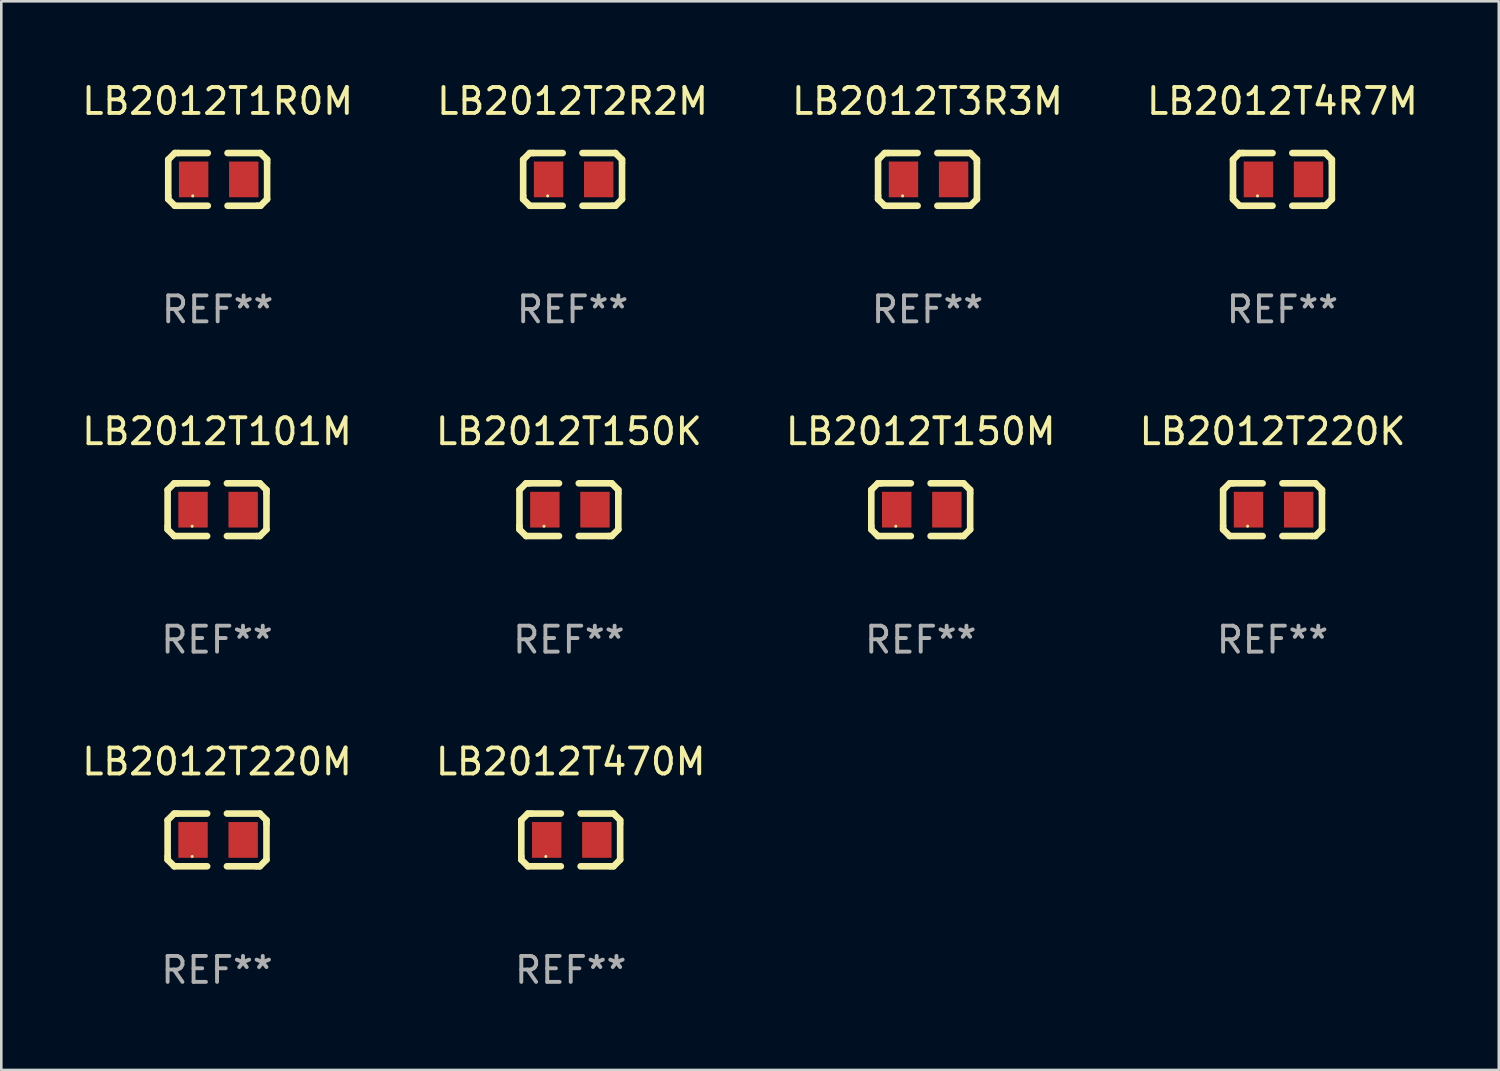
<source format=kicad_pcb>
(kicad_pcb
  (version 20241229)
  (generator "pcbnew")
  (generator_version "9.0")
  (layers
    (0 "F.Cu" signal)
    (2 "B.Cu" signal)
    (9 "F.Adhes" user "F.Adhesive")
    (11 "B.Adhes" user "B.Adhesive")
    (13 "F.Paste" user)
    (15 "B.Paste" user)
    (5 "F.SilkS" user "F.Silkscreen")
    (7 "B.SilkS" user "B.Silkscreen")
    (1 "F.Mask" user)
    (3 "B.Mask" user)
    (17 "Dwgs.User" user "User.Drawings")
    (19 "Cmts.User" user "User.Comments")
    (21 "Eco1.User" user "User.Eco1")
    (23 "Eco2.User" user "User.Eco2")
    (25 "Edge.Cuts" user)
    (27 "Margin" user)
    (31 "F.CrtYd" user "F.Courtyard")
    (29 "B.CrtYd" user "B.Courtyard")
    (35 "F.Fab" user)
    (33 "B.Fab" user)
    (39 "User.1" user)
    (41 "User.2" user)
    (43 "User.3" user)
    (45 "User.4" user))
  (footprint "LB2012T101M"
    (layer "F.Cu")
    (at 5.315 16.593)
    (property "Reference" "LB2012T101M" (at 0 -3.016 0) (layer "F.SilkS") (effects (font (size 1 1) (thickness 0.15))))
    (attr through_hole)
    (fp_line (start -1.905 -0.762) (end -1.905 0.635) (stroke (width 0.254) (type solid)) (layer "F.SilkS"))
    (fp_line (start -1.905 0.635) (end -1.905 0.762) (stroke (width 0.254) (type solid)) (layer "F.SilkS"))
    (fp_line (start -1.905 0.762) (end -1.651 1.016) (stroke (width 0.254) (type solid)) (layer "F.SilkS"))
    (fp_line (start -1.651 -1.016) (end -1.905 -0.762) (stroke (width 0.254) (type solid)) (layer "F.SilkS"))
    (fp_line (start -1.651 1.016) (end -0.381 1.016) (stroke (width 0.254) (type solid)) (layer "F.SilkS"))
    (fp_line (start -1.524 -1.016) (end -1.651 -1.016) (stroke (width 0.254) (type solid)) (layer "F.SilkS"))
    (fp_line (start -0.381 -1.016) (end -1.524 -1.016) (stroke (width 0.254) (type solid)) (layer "F.SilkS"))
    (fp_line (start 0.381 1.016) (end 1.524 1.016) (stroke (width 0.254) (type solid)) (layer "F.SilkS"))
    (fp_line (start 1.524 1.016) (end 1.651 1.016) (stroke (width 0.254) (type solid)) (layer "F.SilkS"))
    (fp_line (start 1.651 -1.016) (end 0.381 -1.016) (stroke (width 0.254) (type solid)) (layer "F.SilkS"))
    (fp_line (start 1.651 1.016) (end 1.905 0.762) (stroke (width 0.254) (type solid)) (layer "F.SilkS"))
    (fp_line (start 1.905 -0.762) (end 1.651 -1.016) (stroke (width 0.254) (type solid)) (layer "F.SilkS"))
    (fp_line (start 1.905 -0.635) (end 1.905 -0.762) (stroke (width 0.254) (type solid)) (layer "F.SilkS"))
    (fp_line (start 1.905 0.762) (end 1.905 -0.635) (stroke (width 0.254) (type solid)) (layer "F.SilkS"))
    (fp_circle (center -0.96 0.637) (end -0.93 0.637) (stroke (width 0.06) (type solid)) (fill no) (layer "F.SilkS"))
    (fp_text user "REF**" (at 0 5.016 0) (layer "F.Fab") (effects (font (size 1 1) (thickness 0.15))))
    (pad "1" smd rect (at -0.926 -0.000051) (size 1.133 1.377) (layers "F.Cu" "F.Mask" "F.Paste"))
    (pad "2" smd rect (at 1.006 -0.000051) (size 1.133 1.377) (layers "F.Cu" "F.Mask" "F.Paste")))
  (footprint "LB2012T220K"
    (layer "F.Cu")
    (at 45.994 16.593)
    (property "Reference" "LB2012T220K" (at 0 -3.016 0) (layer "F.SilkS") (effects (font (size 1 1) (thickness 0.15))))
    (attr through_hole)
    (fp_line (start -1.905 -0.762) (end -1.905 0.635) (stroke (width 0.254) (type solid)) (layer "F.SilkS"))
    (fp_line (start -1.905 0.635) (end -1.905 0.762) (stroke (width 0.254) (type solid)) (layer "F.SilkS"))
    (fp_line (start -1.905 0.762) (end -1.651 1.016) (stroke (width 0.254) (type solid)) (layer "F.SilkS"))
    (fp_line (start -1.651 -1.016) (end -1.905 -0.762) (stroke (width 0.254) (type solid)) (layer "F.SilkS"))
    (fp_line (start -1.651 1.016) (end -0.381 1.016) (stroke (width 0.254) (type solid)) (layer "F.SilkS"))
    (fp_line (start -1.524 -1.016) (end -1.651 -1.016) (stroke (width 0.254) (type solid)) (layer "F.SilkS"))
    (fp_line (start -0.381 -1.016) (end -1.524 -1.016) (stroke (width 0.254) (type solid)) (layer "F.SilkS"))
    (fp_line (start 0.381 1.016) (end 1.524 1.016) (stroke (width 0.254) (type solid)) (layer "F.SilkS"))
    (fp_line (start 1.524 1.016) (end 1.651 1.016) (stroke (width 0.254) (type solid)) (layer "F.SilkS"))
    (fp_line (start 1.651 -1.016) (end 0.381 -1.016) (stroke (width 0.254) (type solid)) (layer "F.SilkS"))
    (fp_line (start 1.651 1.016) (end 1.905 0.762) (stroke (width 0.254) (type solid)) (layer "F.SilkS"))
    (fp_line (start 1.905 -0.762) (end 1.651 -1.016) (stroke (width 0.254) (type solid)) (layer "F.SilkS"))
    (fp_line (start 1.905 -0.635) (end 1.905 -0.762) (stroke (width 0.254) (type solid)) (layer "F.SilkS"))
    (fp_line (start 1.905 0.762) (end 1.905 -0.635) (stroke (width 0.254) (type solid)) (layer "F.SilkS"))
    (fp_circle (center -0.96 0.637) (end -0.93 0.637) (stroke (width 0.06) (type solid)) (fill no) (layer "F.SilkS"))
    (fp_text user "REF**" (at 0 5.016 0) (layer "F.Fab") (effects (font (size 1 1) (thickness 0.15))))
    (pad "1" smd rect (at -0.926 -0.000051) (size 1.133 1.377) (layers "F.Cu" "F.Mask" "F.Paste"))
    (pad "2" smd rect (at 1.006 -0.000051) (size 1.133 1.377) (layers "F.Cu" "F.Mask" "F.Paste")))
  (footprint "LB2012T220M"
    (layer "F.Cu")
    (at 5.315 29.321)
    (property "Reference" "LB2012T220M" (at 0 -3.016 0) (layer "F.SilkS") (effects (font (size 1 1) (thickness 0.15))))
    (attr through_hole)
    (fp_line (start -1.905 -0.762) (end -1.905 0.635) (stroke (width 0.254) (type solid)) (layer "F.SilkS"))
    (fp_line (start -1.905 0.635) (end -1.905 0.762) (stroke (width 0.254) (type solid)) (layer "F.SilkS"))
    (fp_line (start -1.905 0.762) (end -1.651 1.016) (stroke (width 0.254) (type solid)) (layer "F.SilkS"))
    (fp_line (start -1.651 -1.016) (end -1.905 -0.762) (stroke (width 0.254) (type solid)) (layer "F.SilkS"))
    (fp_line (start -1.651 1.016) (end -0.381 1.016) (stroke (width 0.254) (type solid)) (layer "F.SilkS"))
    (fp_line (start -1.524 -1.016) (end -1.651 -1.016) (stroke (width 0.254) (type solid)) (layer "F.SilkS"))
    (fp_line (start -0.381 -1.016) (end -1.524 -1.016) (stroke (width 0.254) (type solid)) (layer "F.SilkS"))
    (fp_line (start 0.381 1.016) (end 1.524 1.016) (stroke (width 0.254) (type solid)) (layer "F.SilkS"))
    (fp_line (start 1.524 1.016) (end 1.651 1.016) (stroke (width 0.254) (type solid)) (layer "F.SilkS"))
    (fp_line (start 1.651 -1.016) (end 0.381 -1.016) (stroke (width 0.254) (type solid)) (layer "F.SilkS"))
    (fp_line (start 1.651 1.016) (end 1.905 0.762) (stroke (width 0.254) (type solid)) (layer "F.SilkS"))
    (fp_line (start 1.905 -0.762) (end 1.651 -1.016) (stroke (width 0.254) (type solid)) (layer "F.SilkS"))
    (fp_line (start 1.905 -0.635) (end 1.905 -0.762) (stroke (width 0.254) (type solid)) (layer "F.SilkS"))
    (fp_line (start 1.905 0.762) (end 1.905 -0.635) (stroke (width 0.254) (type solid)) (layer "F.SilkS"))
    (fp_circle (center -0.96 0.637) (end -0.93 0.637) (stroke (width 0.06) (type solid)) (fill no) (layer "F.SilkS"))
    (fp_text user "REF**" (at 0 5.016 0) (layer "F.Fab") (effects (font (size 1 1) (thickness 0.15))))
    (pad "1" smd rect (at -0.926 -0.000051) (size 1.133 1.377) (layers "F.Cu" "F.Mask" "F.Paste"))
    (pad "2" smd rect (at 1.006 -0.000051) (size 1.133 1.377) (layers "F.Cu" "F.Mask" "F.Paste")))
  (footprint "LB2012T150K"
    (layer "F.Cu")
    (at 18.875 16.593)
    (property "Reference" "LB2012T150K" (at 0 -3.016 0) (layer "F.SilkS") (effects (font (size 1 1) (thickness 0.15))))
    (attr through_hole)
    (fp_line (start -1.905 -0.762) (end -1.905 0.635) (stroke (width 0.254) (type solid)) (layer "F.SilkS"))
    (fp_line (start -1.905 0.635) (end -1.905 0.762) (stroke (width 0.254) (type solid)) (layer "F.SilkS"))
    (fp_line (start -1.905 0.762) (end -1.651 1.016) (stroke (width 0.254) (type solid)) (layer "F.SilkS"))
    (fp_line (start -1.651 -1.016) (end -1.905 -0.762) (stroke (width 0.254) (type solid)) (layer "F.SilkS"))
    (fp_line (start -1.651 1.016) (end -0.381 1.016) (stroke (width 0.254) (type solid)) (layer "F.SilkS"))
    (fp_line (start -1.524 -1.016) (end -1.651 -1.016) (stroke (width 0.254) (type solid)) (layer "F.SilkS"))
    (fp_line (start -0.381 -1.016) (end -1.524 -1.016) (stroke (width 0.254) (type solid)) (layer "F.SilkS"))
    (fp_line (start 0.381 1.016) (end 1.524 1.016) (stroke (width 0.254) (type solid)) (layer "F.SilkS"))
    (fp_line (start 1.524 1.016) (end 1.651 1.016) (stroke (width 0.254) (type solid)) (layer "F.SilkS"))
    (fp_line (start 1.651 -1.016) (end 0.381 -1.016) (stroke (width 0.254) (type solid)) (layer "F.SilkS"))
    (fp_line (start 1.651 1.016) (end 1.905 0.762) (stroke (width 0.254) (type solid)) (layer "F.SilkS"))
    (fp_line (start 1.905 -0.762) (end 1.651 -1.016) (stroke (width 0.254) (type solid)) (layer "F.SilkS"))
    (fp_line (start 1.905 -0.635) (end 1.905 -0.762) (stroke (width 0.254) (type solid)) (layer "F.SilkS"))
    (fp_line (start 1.905 0.762) (end 1.905 -0.635) (stroke (width 0.254) (type solid)) (layer "F.SilkS"))
    (fp_circle (center -0.96 0.637) (end -0.93 0.637) (stroke (width 0.06) (type solid)) (fill no) (layer "F.SilkS"))
    (fp_text user "REF**" (at 0 5.016 0) (layer "F.Fab") (effects (font (size 1 1) (thickness 0.15))))
    (pad "1" smd rect (at -0.926 -0.000051) (size 1.133 1.377) (layers "F.Cu" "F.Mask" "F.Paste"))
    (pad "2" smd rect (at 1.006 -0.000051) (size 1.133 1.377) (layers "F.Cu" "F.Mask" "F.Paste")))
  (footprint "LB2012T3R3M"
    (layer "F.Cu")
    (at 32.696 3.864)
    (property "Reference" "LB2012T3R3M" (at 0 -3.016 0) (layer "F.SilkS") (effects (font (size 1 1) (thickness 0.15))))
    (attr through_hole)
    (fp_line (start -1.905 -0.762) (end -1.905 0.635) (stroke (width 0.254) (type solid)) (layer "F.SilkS"))
    (fp_line (start -1.905 0.635) (end -1.905 0.762) (stroke (width 0.254) (type solid)) (layer "F.SilkS"))
    (fp_line (start -1.905 0.762) (end -1.651 1.016) (stroke (width 0.254) (type solid)) (layer "F.SilkS"))
    (fp_line (start -1.651 -1.016) (end -1.905 -0.762) (stroke (width 0.254) (type solid)) (layer "F.SilkS"))
    (fp_line (start -1.651 1.016) (end -0.381 1.016) (stroke (width 0.254) (type solid)) (layer "F.SilkS"))
    (fp_line (start -1.524 -1.016) (end -1.651 -1.016) (stroke (width 0.254) (type solid)) (layer "F.SilkS"))
    (fp_line (start -0.381 -1.016) (end -1.524 -1.016) (stroke (width 0.254) (type solid)) (layer "F.SilkS"))
    (fp_line (start 0.381 1.016) (end 1.524 1.016) (stroke (width 0.254) (type solid)) (layer "F.SilkS"))
    (fp_line (start 1.524 1.016) (end 1.651 1.016) (stroke (width 0.254) (type solid)) (layer "F.SilkS"))
    (fp_line (start 1.651 -1.016) (end 0.381 -1.016) (stroke (width 0.254) (type solid)) (layer "F.SilkS"))
    (fp_line (start 1.651 1.016) (end 1.905 0.762) (stroke (width 0.254) (type solid)) (layer "F.SilkS"))
    (fp_line (start 1.905 -0.762) (end 1.651 -1.016) (stroke (width 0.254) (type solid)) (layer "F.SilkS"))
    (fp_line (start 1.905 -0.635) (end 1.905 -0.762) (stroke (width 0.254) (type solid)) (layer "F.SilkS"))
    (fp_line (start 1.905 0.762) (end 1.905 -0.635) (stroke (width 0.254) (type solid)) (layer "F.SilkS"))
    (fp_circle (center -0.96 0.637) (end -0.93 0.637) (stroke (width 0.06) (type solid)) (fill no) (layer "F.SilkS"))
    (fp_text user "REF**" (at 0 5.016 0) (layer "F.Fab") (effects (font (size 1 1) (thickness 0.15))))
    (pad "1" smd rect (at -0.926 -0.000051) (size 1.133 1.377) (layers "F.Cu" "F.Mask" "F.Paste"))
    (pad "2" smd rect (at 1.006 -0.000051) (size 1.133 1.377) (layers "F.Cu" "F.Mask" "F.Paste")))
  (footprint "LB2012T470M"
    (layer "F.Cu")
    (at 18.946 29.321)
    (property "Reference" "LB2012T470M" (at 0 -3.016 0) (layer "F.SilkS") (effects (font (size 1 1) (thickness 0.15))))
    (attr through_hole)
    (fp_line (start -1.905 -0.762) (end -1.905 0.635) (stroke (width 0.254) (type solid)) (layer "F.SilkS"))
    (fp_line (start -1.905 0.635) (end -1.905 0.762) (stroke (width 0.254) (type solid)) (layer "F.SilkS"))
    (fp_line (start -1.905 0.762) (end -1.651 1.016) (stroke (width 0.254) (type solid)) (layer "F.SilkS"))
    (fp_line (start -1.651 -1.016) (end -1.905 -0.762) (stroke (width 0.254) (type solid)) (layer "F.SilkS"))
    (fp_line (start -1.651 1.016) (end -0.381 1.016) (stroke (width 0.254) (type solid)) (layer "F.SilkS"))
    (fp_line (start -1.524 -1.016) (end -1.651 -1.016) (stroke (width 0.254) (type solid)) (layer "F.SilkS"))
    (fp_line (start -0.381 -1.016) (end -1.524 -1.016) (stroke (width 0.254) (type solid)) (layer "F.SilkS"))
    (fp_line (start 0.381 1.016) (end 1.524 1.016) (stroke (width 0.254) (type solid)) (layer "F.SilkS"))
    (fp_line (start 1.524 1.016) (end 1.651 1.016) (stroke (width 0.254) (type solid)) (layer "F.SilkS"))
    (fp_line (start 1.651 -1.016) (end 0.381 -1.016) (stroke (width 0.254) (type solid)) (layer "F.SilkS"))
    (fp_line (start 1.651 1.016) (end 1.905 0.762) (stroke (width 0.254) (type solid)) (layer "F.SilkS"))
    (fp_line (start 1.905 -0.762) (end 1.651 -1.016) (stroke (width 0.254) (type solid)) (layer "F.SilkS"))
    (fp_line (start 1.905 -0.635) (end 1.905 -0.762) (stroke (width 0.254) (type solid)) (layer "F.SilkS"))
    (fp_line (start 1.905 0.762) (end 1.905 -0.635) (stroke (width 0.254) (type solid)) (layer "F.SilkS"))
    (fp_circle (center -0.96 0.637) (end -0.93 0.637) (stroke (width 0.06) (type solid)) (fill no) (layer "F.SilkS"))
    (fp_text user "REF**" (at 0 5.016 0) (layer "F.Fab") (effects (font (size 1 1) (thickness 0.15))))
    (pad "1" smd rect (at -0.926 -0.000051) (size 1.133 1.377) (layers "F.Cu" "F.Mask" "F.Paste"))
    (pad "2" smd rect (at 1.006 -0.000051) (size 1.133 1.377) (layers "F.Cu" "F.Mask" "F.Paste")))
  (footprint "LB2012T2R2M"
    (layer "F.Cu")
    (at 19.018 3.864)
    (property "Reference" "LB2012T2R2M" (at 0 -3.016 0) (layer "F.SilkS") (effects (font (size 1 1) (thickness 0.15))))
    (attr through_hole)
    (fp_line (start -1.905 -0.762) (end -1.905 0.635) (stroke (width 0.254) (type solid)) (layer "F.SilkS"))
    (fp_line (start -1.905 0.635) (end -1.905 0.762) (stroke (width 0.254) (type solid)) (layer "F.SilkS"))
    (fp_line (start -1.905 0.762) (end -1.651 1.016) (stroke (width 0.254) (type solid)) (layer "F.SilkS"))
    (fp_line (start -1.651 -1.016) (end -1.905 -0.762) (stroke (width 0.254) (type solid)) (layer "F.SilkS"))
    (fp_line (start -1.651 1.016) (end -0.381 1.016) (stroke (width 0.254) (type solid)) (layer "F.SilkS"))
    (fp_line (start -1.524 -1.016) (end -1.651 -1.016) (stroke (width 0.254) (type solid)) (layer "F.SilkS"))
    (fp_line (start -0.381 -1.016) (end -1.524 -1.016) (stroke (width 0.254) (type solid)) (layer "F.SilkS"))
    (fp_line (start 0.381 1.016) (end 1.524 1.016) (stroke (width 0.254) (type solid)) (layer "F.SilkS"))
    (fp_line (start 1.524 1.016) (end 1.651 1.016) (stroke (width 0.254) (type solid)) (layer "F.SilkS"))
    (fp_line (start 1.651 -1.016) (end 0.381 -1.016) (stroke (width 0.254) (type solid)) (layer "F.SilkS"))
    (fp_line (start 1.651 1.016) (end 1.905 0.762) (stroke (width 0.254) (type solid)) (layer "F.SilkS"))
    (fp_line (start 1.905 -0.762) (end 1.651 -1.016) (stroke (width 0.254) (type solid)) (layer "F.SilkS"))
    (fp_line (start 1.905 -0.635) (end 1.905 -0.762) (stroke (width 0.254) (type solid)) (layer "F.SilkS"))
    (fp_line (start 1.905 0.762) (end 1.905 -0.635) (stroke (width 0.254) (type solid)) (layer "F.SilkS"))
    (fp_circle (center -0.96 0.637) (end -0.93 0.637) (stroke (width 0.06) (type solid)) (fill no) (layer "F.SilkS"))
    (fp_text user "REF**" (at 0 5.016 0) (layer "F.Fab") (effects (font (size 1 1) (thickness 0.15))))
    (pad "1" smd rect (at -0.926 -0.000051) (size 1.133 1.377) (layers "F.Cu" "F.Mask" "F.Paste"))
    (pad "2" smd rect (at 1.006 -0.000051) (size 1.133 1.377) (layers "F.Cu" "F.Mask" "F.Paste")))
  (footprint "LB2012T4R7M"
    (layer "F.Cu")
    (at 46.375 3.864)
    (property "Reference" "LB2012T4R7M" (at 0 -3.016 0) (layer "F.SilkS") (effects (font (size 1 1) (thickness 0.15))))
    (attr through_hole)
    (fp_line (start -1.905 -0.762) (end -1.905 0.635) (stroke (width 0.254) (type solid)) (layer "F.SilkS"))
    (fp_line (start -1.905 0.635) (end -1.905 0.762) (stroke (width 0.254) (type solid)) (layer "F.SilkS"))
    (fp_line (start -1.905 0.762) (end -1.651 1.016) (stroke (width 0.254) (type solid)) (layer "F.SilkS"))
    (fp_line (start -1.651 -1.016) (end -1.905 -0.762) (stroke (width 0.254) (type solid)) (layer "F.SilkS"))
    (fp_line (start -1.651 1.016) (end -0.381 1.016) (stroke (width 0.254) (type solid)) (layer "F.SilkS"))
    (fp_line (start -1.524 -1.016) (end -1.651 -1.016) (stroke (width 0.254) (type solid)) (layer "F.SilkS"))
    (fp_line (start -0.381 -1.016) (end -1.524 -1.016) (stroke (width 0.254) (type solid)) (layer "F.SilkS"))
    (fp_line (start 0.381 1.016) (end 1.524 1.016) (stroke (width 0.254) (type solid)) (layer "F.SilkS"))
    (fp_line (start 1.524 1.016) (end 1.651 1.016) (stroke (width 0.254) (type solid)) (layer "F.SilkS"))
    (fp_line (start 1.651 -1.016) (end 0.381 -1.016) (stroke (width 0.254) (type solid)) (layer "F.SilkS"))
    (fp_line (start 1.651 1.016) (end 1.905 0.762) (stroke (width 0.254) (type solid)) (layer "F.SilkS"))
    (fp_line (start 1.905 -0.762) (end 1.651 -1.016) (stroke (width 0.254) (type solid)) (layer "F.SilkS"))
    (fp_line (start 1.905 -0.635) (end 1.905 -0.762) (stroke (width 0.254) (type solid)) (layer "F.SilkS"))
    (fp_line (start 1.905 0.762) (end 1.905 -0.635) (stroke (width 0.254) (type solid)) (layer "F.SilkS"))
    (fp_circle (center -0.96 0.637) (end -0.93 0.637) (stroke (width 0.06) (type solid)) (fill no) (layer "F.SilkS"))
    (fp_text user "REF**" (at 0 5.016 0) (layer "F.Fab") (effects (font (size 1 1) (thickness 0.15))))
    (pad "1" smd rect (at -0.926 -0.000051) (size 1.133 1.377) (layers "F.Cu" "F.Mask" "F.Paste"))
    (pad "2" smd rect (at 1.006 -0.000051) (size 1.133 1.377) (layers "F.Cu" "F.Mask" "F.Paste")))
  (footprint "LB2012T1R0M"
    (layer "F.Cu")
    (at 5.339 3.864)
    (property "Reference" "LB2012T1R0M" (at 0 -3.016 0) (layer "F.SilkS") (effects (font (size 1 1) (thickness 0.15))))
    (attr through_hole)
    (fp_line (start -1.905 -0.762) (end -1.905 0.635) (stroke (width 0.254) (type solid)) (layer "F.SilkS"))
    (fp_line (start -1.905 0.635) (end -1.905 0.762) (stroke (width 0.254) (type solid)) (layer "F.SilkS"))
    (fp_line (start -1.905 0.762) (end -1.651 1.016) (stroke (width 0.254) (type solid)) (layer "F.SilkS"))
    (fp_line (start -1.651 -1.016) (end -1.905 -0.762) (stroke (width 0.254) (type solid)) (layer "F.SilkS"))
    (fp_line (start -1.651 1.016) (end -0.381 1.016) (stroke (width 0.254) (type solid)) (layer "F.SilkS"))
    (fp_line (start -1.524 -1.016) (end -1.651 -1.016) (stroke (width 0.254) (type solid)) (layer "F.SilkS"))
    (fp_line (start -0.381 -1.016) (end -1.524 -1.016) (stroke (width 0.254) (type solid)) (layer "F.SilkS"))
    (fp_line (start 0.381 1.016) (end 1.524 1.016) (stroke (width 0.254) (type solid)) (layer "F.SilkS"))
    (fp_line (start 1.524 1.016) (end 1.651 1.016) (stroke (width 0.254) (type solid)) (layer "F.SilkS"))
    (fp_line (start 1.651 -1.016) (end 0.381 -1.016) (stroke (width 0.254) (type solid)) (layer "F.SilkS"))
    (fp_line (start 1.651 1.016) (end 1.905 0.762) (stroke (width 0.254) (type solid)) (layer "F.SilkS"))
    (fp_line (start 1.905 -0.762) (end 1.651 -1.016) (stroke (width 0.254) (type solid)) (layer "F.SilkS"))
    (fp_line (start 1.905 -0.635) (end 1.905 -0.762) (stroke (width 0.254) (type solid)) (layer "F.SilkS"))
    (fp_line (start 1.905 0.762) (end 1.905 -0.635) (stroke (width 0.254) (type solid)) (layer "F.SilkS"))
    (fp_circle (center -0.96 0.637) (end -0.93 0.637) (stroke (width 0.06) (type solid)) (fill no) (layer "F.SilkS"))
    (fp_text user "REF**" (at 0 5.016 0) (layer "F.Fab") (effects (font (size 1 1) (thickness 0.15))))
    (pad "1" smd rect (at -0.926 -0.000051) (size 1.133 1.377) (layers "F.Cu" "F.Mask" "F.Paste"))
    (pad "2" smd rect (at 1.006 -0.000051) (size 1.133 1.377) (layers "F.Cu" "F.Mask" "F.Paste")))
  (footprint "LB2012T150M"
    (layer "F.Cu")
    (at 32.435 16.593)
    (property "Reference" "LB2012T150M" (at 0 -3.016 0) (layer "F.SilkS") (effects (font (size 1 1) (thickness 0.15))))
    (attr through_hole)
    (fp_line (start -1.905 -0.762) (end -1.905 0.635) (stroke (width 0.254) (type solid)) (layer "F.SilkS"))
    (fp_line (start -1.905 0.635) (end -1.905 0.762) (stroke (width 0.254) (type solid)) (layer "F.SilkS"))
    (fp_line (start -1.905 0.762) (end -1.651 1.016) (stroke (width 0.254) (type solid)) (layer "F.SilkS"))
    (fp_line (start -1.651 -1.016) (end -1.905 -0.762) (stroke (width 0.254) (type solid)) (layer "F.SilkS"))
    (fp_line (start -1.651 1.016) (end -0.381 1.016) (stroke (width 0.254) (type solid)) (layer "F.SilkS"))
    (fp_line (start -1.524 -1.016) (end -1.651 -1.016) (stroke (width 0.254) (type solid)) (layer "F.SilkS"))
    (fp_line (start -0.381 -1.016) (end -1.524 -1.016) (stroke (width 0.254) (type solid)) (layer "F.SilkS"))
    (fp_line (start 0.381 1.016) (end 1.524 1.016) (stroke (width 0.254) (type solid)) (layer "F.SilkS"))
    (fp_line (start 1.524 1.016) (end 1.651 1.016) (stroke (width 0.254) (type solid)) (layer "F.SilkS"))
    (fp_line (start 1.651 -1.016) (end 0.381 -1.016) (stroke (width 0.254) (type solid)) (layer "F.SilkS"))
    (fp_line (start 1.651 1.016) (end 1.905 0.762) (stroke (width 0.254) (type solid)) (layer "F.SilkS"))
    (fp_line (start 1.905 -0.762) (end 1.651 -1.016) (stroke (width 0.254) (type solid)) (layer "F.SilkS"))
    (fp_line (start 1.905 -0.635) (end 1.905 -0.762) (stroke (width 0.254) (type solid)) (layer "F.SilkS"))
    (fp_line (start 1.905 0.762) (end 1.905 -0.635) (stroke (width 0.254) (type solid)) (layer "F.SilkS"))
    (fp_circle (center -0.96 0.637) (end -0.93 0.637) (stroke (width 0.06) (type solid)) (fill no) (layer "F.SilkS"))
    (fp_text user "REF**" (at 0 5.016 0) (layer "F.Fab") (effects (font (size 1 1) (thickness 0.15))))
    (pad "1" smd rect (at -0.926 -0.000051) (size 1.133 1.377) (layers "F.Cu" "F.Mask" "F.Paste"))
    (pad "2" smd rect (at 1.006 -0.000051) (size 1.133 1.377) (layers "F.Cu" "F.Mask" "F.Paste")))
  (gr_rect
    (start -3 -3)
    (end 54.714 38.186)
    (stroke (width 0.1) (type default))
    (fill no)
    (layer "Edge.Cuts")))
</source>
